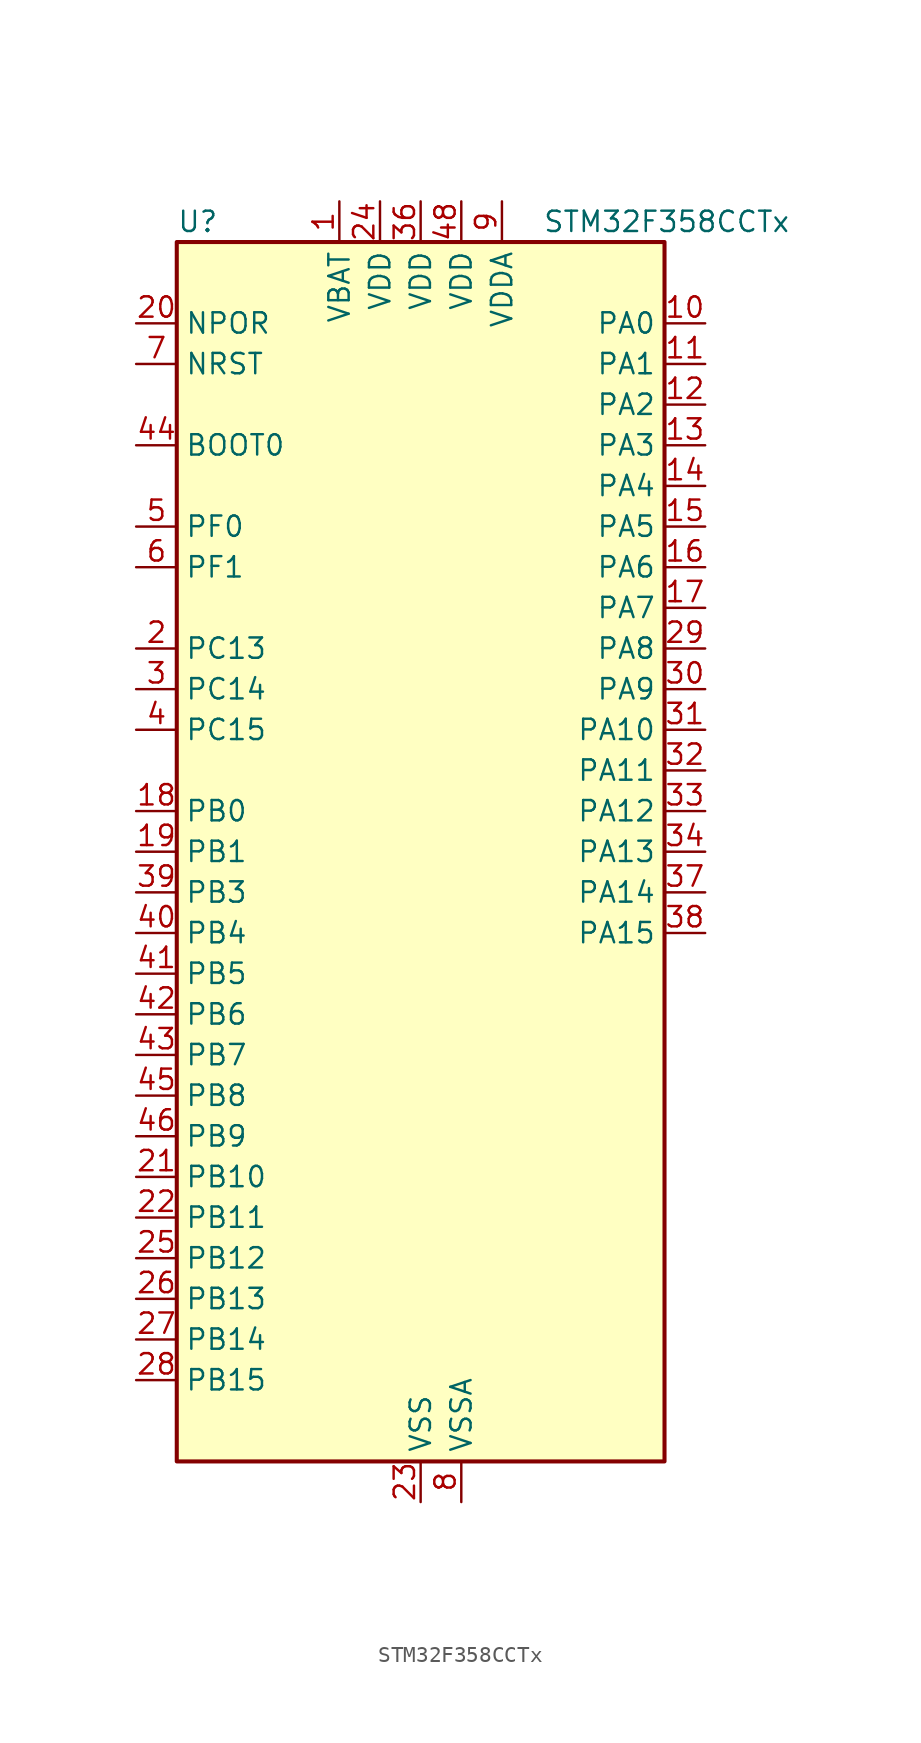
<source format=kicad_sym>
(kicad_symbol_lib
  (version 20241209)
  (generator "kicad_symbol_editor")
  (generator_version "9.0")
  (symbol "STM32F358CCTx"
    (property "Reference" "U"
      (at -15.24 39.37 0)
      (effects (font (size 1.27 1.27)) (justify left)))
    (property "Value" "STM32F358CCTx"
      (at 7.62 39.37 0)
      (effects (font (size 1.27 1.27)) (justify left)))
    (symbol "STM32F358CCTx_0_1"
      (rectangle (start -15.24 -38.1) (end 15.24 38.1) (stroke (width 0.254) (type default)) (fill (type background))))
    (symbol "STM32F358CCTx_1_1"
      (pin input line (at -17.78 33.02 0) (length 2.54) (name "NPOR" (effects (font (size 1.27 1.27)))) (number "20" (effects (font (size 1.27 1.27)))))
      (pin input line (at -17.78 30.48 0) (length 2.54) (name "NRST" (effects (font (size 1.27 1.27)))) (number "7" (effects (font (size 1.27 1.27)))))
      (pin input line (at -17.78 25.4 0) (length 2.54) (name "BOOT0" (effects (font (size 1.27 1.27)))) (number "44" (effects (font (size 1.27 1.27)))))
      (pin bidirectional line (at -17.78 20.32 0) (length 2.54) (name "PF0" (effects (font (size 1.27 1.27)))) (number "5" (effects (font (size 1.27 1.27)))) (alternate "I2C2_SDA" bidirectional line) (alternate "RCC_OSC_IN" bidirectional line) (alternate "TIM1_CH3N" bidirectional line))
      (pin bidirectional line (at -17.78 17.78 0) (length 2.54) (name "PF1" (effects (font (size 1.27 1.27)))) (number "6" (effects (font (size 1.27 1.27)))) (alternate "I2C2_SCL" bidirectional line) (alternate "RCC_OSC_OUT" bidirectional line))
      (pin bidirectional line (at -17.78 12.7 0) (length 2.54) (name "PC13" (effects (font (size 1.27 1.27)))) (number "2" (effects (font (size 1.27 1.27)))) (alternate "RTC_OUT_ALARM" bidirectional line) (alternate "RTC_OUT_CALIB" bidirectional line) (alternate "RTC_TAMP1" bidirectional line) (alternate "RTC_TS" bidirectional line) (alternate "SYS_WKUP2" bidirectional line) (alternate "TIM1_CH1N" bidirectional line))
      (pin bidirectional line (at -17.78 10.16 0) (length 2.54) (name "PC14" (effects (font (size 1.27 1.27)))) (number "3" (effects (font (size 1.27 1.27)))) (alternate "RCC_OSC32_IN" bidirectional line))
      (pin bidirectional line (at -17.78 7.62 0) (length 2.54) (name "PC15" (effects (font (size 1.27 1.27)))) (number "4" (effects (font (size 1.27 1.27)))) (alternate "ADC1_EXTI15" bidirectional line) (alternate "ADC2_EXTI15" bidirectional line) (alternate "RCC_OSC32_OUT" bidirectional line))
      (pin bidirectional line (at -17.78 2.54 0) (length 2.54) (name "PB0" (effects (font (size 1.27 1.27)))) (number "18" (effects (font (size 1.27 1.27)))) (alternate "ADC3_IN12" bidirectional line) (alternate "COMP4_INP" bidirectional line) (alternate "OPAMP2_VINP" bidirectional line) (alternate "OPAMP2_VINP_SEC" bidirectional line) (alternate "OPAMP3_VINP" bidirectional line) (alternate "OPAMP3_VINP_SEC" bidirectional line) (alternate "TIM1_CH2N" bidirectional line) (alternate "TIM3_CH3" bidirectional line) (alternate "TIM8_CH2N" bidirectional line) (alternate "TSC_G3_IO2" bidirectional line))
      (pin bidirectional line (at -17.78 0 0) (length 2.54) (name "PB1" (effects (font (size 1.27 1.27)))) (number "19" (effects (font (size 1.27 1.27)))) (alternate "ADC3_IN1" bidirectional line) (alternate "COMP4_OUT" bidirectional line) (alternate "OPAMP3_VOUT" bidirectional line) (alternate "TIM1_CH3N" bidirectional line) (alternate "TIM3_CH4" bidirectional line) (alternate "TIM8_CH3N" bidirectional line) (alternate "TSC_G3_IO3" bidirectional line))
      (pin bidirectional line (at -17.78 -2.54 0) (length 2.54) (name "PB3" (effects (font (size 1.27 1.27)))) (number "39" (effects (font (size 1.27 1.27)))) (alternate "I2S3_CK" bidirectional line) (alternate "SPI1_SCK" bidirectional line) (alternate "SPI3_SCK" bidirectional line) (alternate "SYS_JTDO-TRACESWO" bidirectional line) (alternate "TIM2_CH2" bidirectional line) (alternate "TIM3_ETR" bidirectional line) (alternate "TIM4_ETR" bidirectional line) (alternate "TIM8_CH1N" bidirectional line) (alternate "TSC_G5_IO1" bidirectional line) (alternate "USART2_TX" bidirectional line))
      (pin bidirectional line (at -17.78 -5.08 0) (length 2.54) (name "PB4" (effects (font (size 1.27 1.27)))) (number "40" (effects (font (size 1.27 1.27)))) (alternate "I2S3_ext_SD" bidirectional line) (alternate "SPI1_MISO" bidirectional line) (alternate "SPI3_MISO" bidirectional line) (alternate "SYS_NJTRST" bidirectional line) (alternate "TIM16_CH1" bidirectional line) (alternate "TIM17_BKIN" bidirectional line) (alternate "TIM3_CH1" bidirectional line) (alternate "TIM8_CH2N" bidirectional line) (alternate "TSC_G5_IO2" bidirectional line) (alternate "USART2_RX" bidirectional line))
      (pin bidirectional line (at -17.78 -7.62 0) (length 2.54) (name "PB5" (effects (font (size 1.27 1.27)))) (number "41" (effects (font (size 1.27 1.27)))) (alternate "I2C1_SMBA" bidirectional line) (alternate "I2S3_SD" bidirectional line) (alternate "SPI1_MOSI" bidirectional line) (alternate "SPI3_MOSI" bidirectional line) (alternate "TIM16_BKIN" bidirectional line) (alternate "TIM17_CH1" bidirectional line) (alternate "TIM3_CH2" bidirectional line) (alternate "TIM8_CH3N" bidirectional line) (alternate "USART2_CK" bidirectional line))
      (pin bidirectional line (at -17.78 -10.16 0) (length 2.54) (name "PB6" (effects (font (size 1.27 1.27)))) (number "42" (effects (font (size 1.27 1.27)))) (alternate "I2C1_SCL" bidirectional line) (alternate "TIM16_CH1N" bidirectional line) (alternate "TIM4_CH1" bidirectional line) (alternate "TIM8_BKIN2" bidirectional line) (alternate "TIM8_CH1" bidirectional line) (alternate "TIM8_ETR" bidirectional line) (alternate "TSC_G5_IO3" bidirectional line) (alternate "USART1_TX" bidirectional line))
      (pin bidirectional line (at -17.78 -12.7 0) (length 2.54) (name "PB7" (effects (font (size 1.27 1.27)))) (number "43" (effects (font (size 1.27 1.27)))) (alternate "I2C1_SDA" bidirectional line) (alternate "TIM17_CH1N" bidirectional line) (alternate "TIM3_CH4" bidirectional line) (alternate "TIM4_CH2" bidirectional line) (alternate "TIM8_BKIN" bidirectional line) (alternate "TSC_G5_IO4" bidirectional line) (alternate "USART1_RX" bidirectional line))
      (pin bidirectional line (at -17.78 -15.24 0) (length 2.54) (name "PB8" (effects (font (size 1.27 1.27)))) (number "45" (effects (font (size 1.27 1.27)))) (alternate "CAN_RX" bidirectional line) (alternate "COMP1_OUT" bidirectional line) (alternate "I2C1_SCL" bidirectional line) (alternate "TIM16_CH1" bidirectional line) (alternate "TIM1_BKIN" bidirectional line) (alternate "TIM4_CH3" bidirectional line) (alternate "TIM8_CH2" bidirectional line) (alternate "TSC_SYNC" bidirectional line))
      (pin bidirectional line (at -17.78 -17.78 0) (length 2.54) (name "PB9" (effects (font (size 1.27 1.27)))) (number "46" (effects (font (size 1.27 1.27)))) (alternate "CAN_TX" bidirectional line) (alternate "COMP2_OUT" bidirectional line) (alternate "DAC_EXTI9" bidirectional line) (alternate "I2C1_SDA" bidirectional line) (alternate "IR_OUT" bidirectional line) (alternate "TIM17_CH1" bidirectional line) (alternate "TIM4_CH4" bidirectional line) (alternate "TIM8_CH3" bidirectional line))
      (pin bidirectional line (at -17.78 -20.32 0) (length 2.54) (name "PB10" (effects (font (size 1.27 1.27)))) (number "21" (effects (font (size 1.27 1.27)))) (alternate "COMP5_INM" bidirectional line) (alternate "OPAMP3_VINM" bidirectional line) (alternate "OPAMP3_VINM_SEC" bidirectional line) (alternate "OPAMP4_VINM" bidirectional line) (alternate "OPAMP4_VINM_SEC" bidirectional line) (alternate "TIM2_CH3" bidirectional line) (alternate "TSC_SYNC" bidirectional line) (alternate "USART3_TX" bidirectional line))
      (pin bidirectional line (at -17.78 -22.86 0) (length 2.54) (name "PB11" (effects (font (size 1.27 1.27)))) (number "22" (effects (font (size 1.27 1.27)))) (alternate "ADC1_EXTI11" bidirectional line) (alternate "ADC2_EXTI11" bidirectional line) (alternate "COMP6_INP" bidirectional line) (alternate "OPAMP4_VINP" bidirectional line) (alternate "OPAMP4_VINP_SEC" bidirectional line) (alternate "TIM2_CH4" bidirectional line) (alternate "TSC_G6_IO1" bidirectional line) (alternate "USART3_RX" bidirectional line))
      (pin bidirectional line (at -17.78 -25.4 0) (length 2.54) (name "PB12" (effects (font (size 1.27 1.27)))) (number "25" (effects (font (size 1.27 1.27)))) (alternate "ADC4_IN3" bidirectional line) (alternate "COMP3_INM" bidirectional line) (alternate "I2C2_SMBA" bidirectional line) (alternate "I2S2_WS" bidirectional line) (alternate "OPAMP4_VOUT" bidirectional line) (alternate "SPI2_NSS" bidirectional line) (alternate "TIM1_BKIN" bidirectional line) (alternate "TSC_G6_IO2" bidirectional line) (alternate "USART3_CK" bidirectional line))
      (pin bidirectional line (at -17.78 -27.94 0) (length 2.54) (name "PB13" (effects (font (size 1.27 1.27)))) (number "26" (effects (font (size 1.27 1.27)))) (alternate "ADC3_IN5" bidirectional line) (alternate "COMP5_INP" bidirectional line) (alternate "I2S2_CK" bidirectional line) (alternate "OPAMP3_VINP" bidirectional line) (alternate "OPAMP3_VINP_SEC" bidirectional line) (alternate "OPAMP4_VINP" bidirectional line) (alternate "OPAMP4_VINP_SEC" bidirectional line) (alternate "SPI2_SCK" bidirectional line) (alternate "TIM1_CH1N" bidirectional line) (alternate "TSC_G6_IO3" bidirectional line) (alternate "USART3_CTS" bidirectional line))
      (pin bidirectional line (at -17.78 -30.48 0) (length 2.54) (name "PB14" (effects (font (size 1.27 1.27)))) (number "27" (effects (font (size 1.27 1.27)))) (alternate "ADC4_IN4" bidirectional line) (alternate "COMP3_INP" bidirectional line) (alternate "I2S2_ext_SD" bidirectional line) (alternate "OPAMP2_VINP" bidirectional line) (alternate "OPAMP2_VINP_SEC" bidirectional line) (alternate "SPI2_MISO" bidirectional line) (alternate "TIM15_CH1" bidirectional line) (alternate "TIM1_CH2N" bidirectional line) (alternate "TSC_G6_IO4" bidirectional line) (alternate "USART3_DE" bidirectional line) (alternate "USART3_RTS" bidirectional line))
      (pin bidirectional line (at -17.78 -33.02 0) (length 2.54) (name "PB15" (effects (font (size 1.27 1.27)))) (number "28" (effects (font (size 1.27 1.27)))) (alternate "ADC1_EXTI15" bidirectional line) (alternate "ADC2_EXTI15" bidirectional line) (alternate "ADC4_IN5" bidirectional line) (alternate "COMP6_INM" bidirectional line) (alternate "I2S2_SD" bidirectional line) (alternate "RTC_REFIN" bidirectional line) (alternate "SPI2_MOSI" bidirectional line) (alternate "TIM15_CH1N" bidirectional line) (alternate "TIM15_CH2" bidirectional line) (alternate "TIM1_CH3N" bidirectional line))
      (pin power_in line (at -5.08 40.64 270) (length 2.54) (name "VBAT" (effects (font (size 1.27 1.27)))) (number "1" (effects (font (size 1.27 1.27)))))
      (pin power_in line (at -2.54 40.64 270) (length 2.54) (name "VDD" (effects (font (size 1.27 1.27)))) (number "24" (effects (font (size 1.27 1.27)))))
      (pin power_in line (at 0 40.64 270) (length 2.54) (name "VDD" (effects (font (size 1.27 1.27)))) (number "36" (effects (font (size 1.27 1.27)))))
      (pin power_in line (at 0 -40.64 90) (length 2.54) (name "VSS" (effects (font (size 1.27 1.27)))) (number "23" (effects (font (size 1.27 1.27)))))
      (pin passive line (at 0 -40.64 90) (length 2.54) (hide yes) (name "VSS" (effects (font (size 1.27 1.27)))) (number "35" (effects (font (size 1.27 1.27)))))
      (pin passive line (at 0 -40.64 90) (length 2.54) (hide yes) (name "VSS" (effects (font (size 1.27 1.27)))) (number "47" (effects (font (size 1.27 1.27)))))
      (pin power_in line (at 2.54 40.64 270) (length 2.54) (name "VDD" (effects (font (size 1.27 1.27)))) (number "48" (effects (font (size 1.27 1.27)))))
      (pin power_in line (at 2.54 -40.64 90) (length 2.54) (name "VSSA" (effects (font (size 1.27 1.27)))) (number "8" (effects (font (size 1.27 1.27)))))
      (pin power_in line (at 5.08 40.64 270) (length 2.54) (name "VDDA" (effects (font (size 1.27 1.27)))) (number "9" (effects (font (size 1.27 1.27)))))
      (pin bidirectional line (at 17.78 33.02 180) (length 2.54) (name "PA0" (effects (font (size 1.27 1.27)))) (number "10" (effects (font (size 1.27 1.27)))) (alternate "ADC1_IN1" bidirectional line) (alternate "COMP1_INM" bidirectional line) (alternate "COMP1_OUT" bidirectional line) (alternate "COMP7_INP" bidirectional line) (alternate "RTC_TAMP2" bidirectional line) (alternate "SYS_WKUP1" bidirectional line) (alternate "TIM2_CH1" bidirectional line) (alternate "TIM2_ETR" bidirectional line) (alternate "TIM8_BKIN" bidirectional line) (alternate "TIM8_ETR" bidirectional line) (alternate "TSC_G1_IO1" bidirectional line) (alternate "USART2_CTS" bidirectional line))
      (pin bidirectional line (at 17.78 30.48 180) (length 2.54) (name "PA1" (effects (font (size 1.27 1.27)))) (number "11" (effects (font (size 1.27 1.27)))) (alternate "ADC1_IN2" bidirectional line) (alternate "COMP1_INP" bidirectional line) (alternate "OPAMP1_VINP" bidirectional line) (alternate "OPAMP1_VINP_SEC" bidirectional line) (alternate "OPAMP3_VINP" bidirectional line) (alternate "OPAMP3_VINP_SEC" bidirectional line) (alternate "RTC_REFIN" bidirectional line) (alternate "TIM15_CH1N" bidirectional line) (alternate "TIM2_CH2" bidirectional line) (alternate "TSC_G1_IO2" bidirectional line) (alternate "USART2_DE" bidirectional line) (alternate "USART2_RTS" bidirectional line))
      (pin bidirectional line (at 17.78 27.94 180) (length 2.54) (name "PA2" (effects (font (size 1.27 1.27)))) (number "12" (effects (font (size 1.27 1.27)))) (alternate "ADC1_IN3" bidirectional line) (alternate "ADC3_EXTI2" bidirectional line) (alternate "ADC4_EXTI2" bidirectional line) (alternate "COMP2_INM" bidirectional line) (alternate "COMP2_OUT" bidirectional line) (alternate "OPAMP1_VOUT" bidirectional line) (alternate "TIM15_CH1" bidirectional line) (alternate "TIM2_CH3" bidirectional line) (alternate "TSC_G1_IO3" bidirectional line) (alternate "USART2_TX" bidirectional line))
      (pin bidirectional line (at 17.78 25.4 180) (length 2.54) (name "PA3" (effects (font (size 1.27 1.27)))) (number "13" (effects (font (size 1.27 1.27)))) (alternate "ADC1_IN4" bidirectional line) (alternate "COMP2_INP" bidirectional line) (alternate "OPAMP1_VINM" bidirectional line) (alternate "OPAMP1_VINM_SEC" bidirectional line) (alternate "OPAMP1_VINP" bidirectional line) (alternate "OPAMP1_VINP_SEC" bidirectional line) (alternate "TIM15_CH2" bidirectional line) (alternate "TIM2_CH4" bidirectional line) (alternate "TSC_G1_IO4" bidirectional line) (alternate "USART2_RX" bidirectional line))
      (pin bidirectional line (at 17.78 22.86 180) (length 2.54) (name "PA4" (effects (font (size 1.27 1.27)))) (number "14" (effects (font (size 1.27 1.27)))) (alternate "ADC2_IN1" bidirectional line) (alternate "COMP1_INM" bidirectional line) (alternate "COMP2_INM" bidirectional line) (alternate "COMP3_INM" bidirectional line) (alternate "COMP4_INM" bidirectional line) (alternate "COMP5_INM" bidirectional line) (alternate "COMP6_INM" bidirectional line) (alternate "COMP7_INM" bidirectional line) (alternate "DAC_OUT1" bidirectional line) (alternate "I2S3_WS" bidirectional line) (alternate "OPAMP4_VINP" bidirectional line) (alternate "OPAMP4_VINP_SEC" bidirectional line) (alternate "SPI1_NSS" bidirectional line) (alternate "SPI3_NSS" bidirectional line) (alternate "TIM3_CH2" bidirectional line) (alternate "TSC_G2_IO1" bidirectional line) (alternate "USART2_CK" bidirectional line))
      (pin bidirectional line (at 17.78 20.32 180) (length 2.54) (name "PA5" (effects (font (size 1.27 1.27)))) (number "15" (effects (font (size 1.27 1.27)))) (alternate "ADC2_IN2" bidirectional line) (alternate "COMP1_INM" bidirectional line) (alternate "COMP2_INM" bidirectional line) (alternate "COMP3_INM" bidirectional line) (alternate "COMP4_INM" bidirectional line) (alternate "COMP5_INM" bidirectional line) (alternate "COMP6_INM" bidirectional line) (alternate "COMP7_INM" bidirectional line) (alternate "DAC_OUT2" bidirectional line) (alternate "OPAMP1_VINP" bidirectional line) (alternate "OPAMP1_VINP_SEC" bidirectional line) (alternate "OPAMP2_VINM" bidirectional line) (alternate "OPAMP2_VINM_SEC" bidirectional line) (alternate "OPAMP3_VINP" bidirectional line) (alternate "OPAMP3_VINP_SEC" bidirectional line) (alternate "SPI1_SCK" bidirectional line) (alternate "TIM2_CH1" bidirectional line) (alternate "TIM2_ETR" bidirectional line) (alternate "TSC_G2_IO2" bidirectional line))
      (pin bidirectional line (at 17.78 17.78 180) (length 2.54) (name "PA6" (effects (font (size 1.27 1.27)))) (number "16" (effects (font (size 1.27 1.27)))) (alternate "ADC2_IN3" bidirectional line) (alternate "COMP1_OUT" bidirectional line) (alternate "OPAMP2_VOUT" bidirectional line) (alternate "SPI1_MISO" bidirectional line) (alternate "TIM16_CH1" bidirectional line) (alternate "TIM1_BKIN" bidirectional line) (alternate "TIM3_CH1" bidirectional line) (alternate "TIM8_BKIN" bidirectional line) (alternate "TSC_G2_IO3" bidirectional line))
      (pin bidirectional line (at 17.78 15.24 180) (length 2.54) (name "PA7" (effects (font (size 1.27 1.27)))) (number "17" (effects (font (size 1.27 1.27)))) (alternate "ADC2_IN4" bidirectional line) (alternate "COMP2_INP" bidirectional line) (alternate "COMP2_OUT" bidirectional line) (alternate "OPAMP1_VINP" bidirectional line) (alternate "OPAMP1_VINP_SEC" bidirectional line) (alternate "OPAMP2_VINP" bidirectional line) (alternate "OPAMP2_VINP_SEC" bidirectional line) (alternate "SPI1_MOSI" bidirectional line) (alternate "TIM17_CH1" bidirectional line) (alternate "TIM1_CH1N" bidirectional line) (alternate "TIM3_CH2" bidirectional line) (alternate "TIM8_CH1N" bidirectional line) (alternate "TSC_G2_IO4" bidirectional line))
      (pin bidirectional line (at 17.78 12.7 180) (length 2.54) (name "PA8" (effects (font (size 1.27 1.27)))) (number "29" (effects (font (size 1.27 1.27)))) (alternate "COMP3_OUT" bidirectional line) (alternate "I2C2_SMBA" bidirectional line) (alternate "I2S2_MCK" bidirectional line) (alternate "RCC_MCO" bidirectional line) (alternate "TIM1_CH1" bidirectional line) (alternate "TIM4_ETR" bidirectional line) (alternate "USART1_CK" bidirectional line))
      (pin bidirectional line (at 17.78 10.16 180) (length 2.54) (name "PA9" (effects (font (size 1.27 1.27)))) (number "30" (effects (font (size 1.27 1.27)))) (alternate "COMP5_OUT" bidirectional line) (alternate "DAC_EXTI9" bidirectional line) (alternate "I2C2_SCL" bidirectional line) (alternate "I2S3_MCK" bidirectional line) (alternate "TIM15_BKIN" bidirectional line) (alternate "TIM1_CH2" bidirectional line) (alternate "TIM2_CH3" bidirectional line) (alternate "TSC_G4_IO1" bidirectional line) (alternate "USART1_TX" bidirectional line))
      (pin bidirectional line (at 17.78 7.62 180) (length 2.54) (name "PA10" (effects (font (size 1.27 1.27)))) (number "31" (effects (font (size 1.27 1.27)))) (alternate "COMP6_OUT" bidirectional line) (alternate "I2C2_SDA" bidirectional line) (alternate "TIM17_BKIN" bidirectional line) (alternate "TIM1_CH3" bidirectional line) (alternate "TIM2_CH4" bidirectional line) (alternate "TIM8_BKIN" bidirectional line) (alternate "TSC_G4_IO2" bidirectional line) (alternate "USART1_RX" bidirectional line))
      (pin bidirectional line (at 17.78 5.08 180) (length 2.54) (name "PA11" (effects (font (size 1.27 1.27)))) (number "32" (effects (font (size 1.27 1.27)))) (alternate "ADC1_EXTI11" bidirectional line) (alternate "ADC2_EXTI11" bidirectional line) (alternate "CAN_RX" bidirectional line) (alternate "COMP1_OUT" bidirectional line) (alternate "TIM1_BKIN2" bidirectional line) (alternate "TIM1_CH1N" bidirectional line) (alternate "TIM1_CH4" bidirectional line) (alternate "TIM4_CH1" bidirectional line) (alternate "USART1_CTS" bidirectional line))
      (pin bidirectional line (at 17.78 2.54 180) (length 2.54) (name "PA12" (effects (font (size 1.27 1.27)))) (number "33" (effects (font (size 1.27 1.27)))) (alternate "CAN_TX" bidirectional line) (alternate "COMP2_OUT" bidirectional line) (alternate "TIM16_CH1" bidirectional line) (alternate "TIM1_CH2N" bidirectional line) (alternate "TIM1_ETR" bidirectional line) (alternate "TIM4_CH2" bidirectional line) (alternate "USART1_DE" bidirectional line) (alternate "USART1_RTS" bidirectional line))
      (pin bidirectional line (at 17.78 0 180) (length 2.54) (name "PA13" (effects (font (size 1.27 1.27)))) (number "34" (effects (font (size 1.27 1.27)))) (alternate "IR_OUT" bidirectional line) (alternate "SYS_JTMS-SWDIO" bidirectional line) (alternate "TIM16_CH1N" bidirectional line) (alternate "TIM4_CH3" bidirectional line) (alternate "TSC_G4_IO3" bidirectional line) (alternate "USART3_CTS" bidirectional line))
      (pin bidirectional line (at 17.78 -2.54 180) (length 2.54) (name "PA14" (effects (font (size 1.27 1.27)))) (number "37" (effects (font (size 1.27 1.27)))) (alternate "I2C1_SDA" bidirectional line) (alternate "SYS_JTCK-SWCLK" bidirectional line) (alternate "TIM1_BKIN" bidirectional line) (alternate "TIM8_CH2" bidirectional line) (alternate "TSC_G4_IO4" bidirectional line) (alternate "USART2_TX" bidirectional line))
      (pin bidirectional line (at 17.78 -5.08 180) (length 2.54) (name "PA15" (effects (font (size 1.27 1.27)))) (number "38" (effects (font (size 1.27 1.27)))) (alternate "ADC1_EXTI15" bidirectional line) (alternate "ADC2_EXTI15" bidirectional line) (alternate "I2C1_SCL" bidirectional line) (alternate "I2S3_WS" bidirectional line) (alternate "SPI1_NSS" bidirectional line) (alternate "SPI3_NSS" bidirectional line) (alternate "SYS_JTDI" bidirectional line) (alternate "TIM1_BKIN" bidirectional line) (alternate "TIM2_CH1" bidirectional line) (alternate "TIM2_ETR" bidirectional line) (alternate "TIM8_CH1" bidirectional line) (alternate "USART2_RX" bidirectional line)))))
</source>
